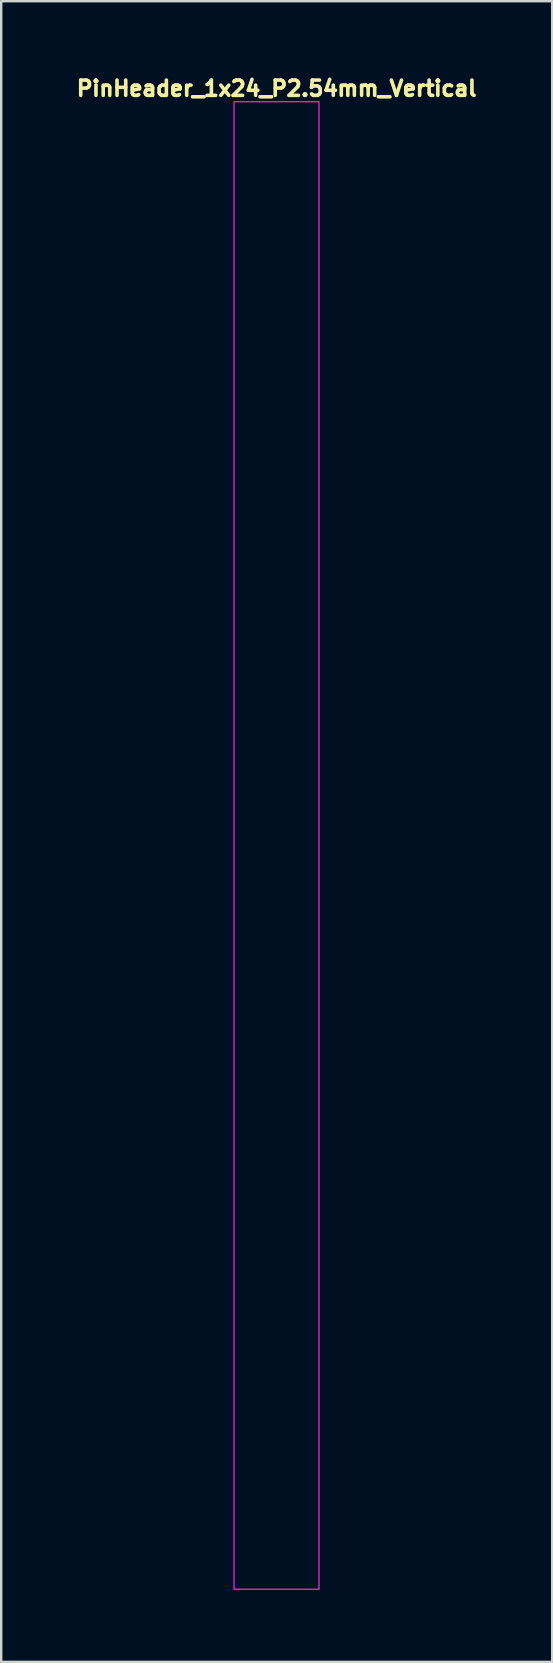
<source format=kicad_pcb>
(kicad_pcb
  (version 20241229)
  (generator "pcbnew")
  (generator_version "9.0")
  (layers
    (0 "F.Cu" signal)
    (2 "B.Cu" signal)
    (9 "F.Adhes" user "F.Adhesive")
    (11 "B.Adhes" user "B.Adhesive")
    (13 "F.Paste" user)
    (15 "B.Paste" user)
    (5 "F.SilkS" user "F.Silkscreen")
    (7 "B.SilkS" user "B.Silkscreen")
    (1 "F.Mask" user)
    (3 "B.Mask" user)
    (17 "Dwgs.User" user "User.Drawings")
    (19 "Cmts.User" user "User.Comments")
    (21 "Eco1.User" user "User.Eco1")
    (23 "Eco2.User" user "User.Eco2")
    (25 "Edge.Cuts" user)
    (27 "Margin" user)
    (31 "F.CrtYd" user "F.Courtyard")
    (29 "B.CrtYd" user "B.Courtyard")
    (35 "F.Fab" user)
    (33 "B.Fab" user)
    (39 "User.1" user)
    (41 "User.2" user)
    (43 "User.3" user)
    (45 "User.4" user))
  (footprint "PinHeader_1x24_P2.54mm_Vertical"
    (layer "F.Cu")
    (at 8.477 2.965)
    (property "Reference" "PinHeader_1x24_P2.54mm_Vertical" (at 0 -2.33 0) (layer "F.SilkS") (effects (font (size 0.635 0.635) (thickness 0.15))))
    (attr through_hole)
    (fp_rect (start -1.778 -1.778) (end 1.762 60.192) (stroke (width 0.05) (type solid)) (fill no) (layer "F.CrtYd")))
  (gr_rect
    (start -3 -3)
    (end 19.954 66.182)
    (stroke (width 0.1) (type default))
    (fill no)
    (layer "Edge.Cuts")))
</source>
